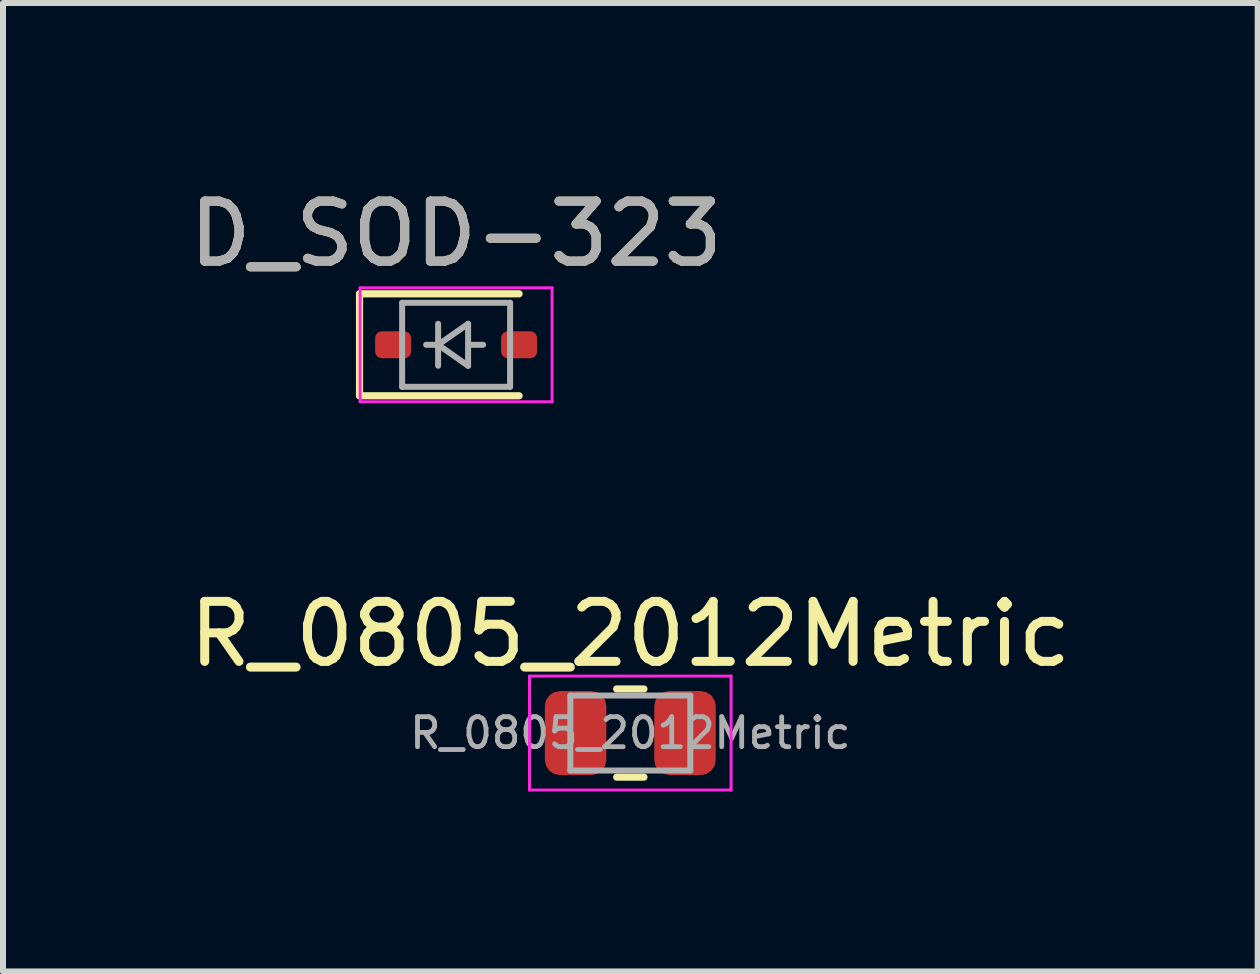
<source format=kicad_pcb>
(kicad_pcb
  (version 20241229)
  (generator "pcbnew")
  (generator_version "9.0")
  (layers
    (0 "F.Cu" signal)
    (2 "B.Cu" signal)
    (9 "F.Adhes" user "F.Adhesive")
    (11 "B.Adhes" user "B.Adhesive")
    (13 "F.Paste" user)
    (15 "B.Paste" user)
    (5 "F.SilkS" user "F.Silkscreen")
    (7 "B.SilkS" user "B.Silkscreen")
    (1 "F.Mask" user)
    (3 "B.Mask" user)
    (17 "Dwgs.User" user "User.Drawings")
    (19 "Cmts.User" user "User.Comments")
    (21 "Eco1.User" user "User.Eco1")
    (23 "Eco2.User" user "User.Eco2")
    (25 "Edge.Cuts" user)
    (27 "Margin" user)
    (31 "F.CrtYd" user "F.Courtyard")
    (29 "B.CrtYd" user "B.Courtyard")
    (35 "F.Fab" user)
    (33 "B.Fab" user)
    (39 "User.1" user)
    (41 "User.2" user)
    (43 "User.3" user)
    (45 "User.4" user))
  (footprint "D_SOD-323"
    (layer "F.Cu")
    (at 4.554 2.698)
    (property "Reference" "D_SOD-323" (at 0 -1.85 0) (layer "F.SilkS") (effects (font (size 1 1) (thickness 0.15))))
    (attr smd)
    (fp_line (start -1.61 -0.85) (end -1.61 0.85) (stroke (width 0.12) (type solid)) (layer "F.SilkS"))
    (fp_line (start -1.61 -0.85) (end 1.05 -0.85) (stroke (width 0.12) (type solid)) (layer "F.SilkS"))
    (fp_line (start -1.61 0.85) (end 1.05 0.85) (stroke (width 0.12) (type solid)) (layer "F.SilkS"))
    (fp_line (start -1.6 -0.95) (end -1.6 0.95) (stroke (width 0.05) (type solid)) (layer "F.CrtYd"))
    (fp_line (start -1.6 -0.95) (end 1.6 -0.95) (stroke (width 0.05) (type solid)) (layer "F.CrtYd"))
    (fp_line (start -1.6 0.95) (end 1.6 0.95) (stroke (width 0.05) (type solid)) (layer "F.CrtYd"))
    (fp_line (start 1.6 -0.95) (end 1.6 0.95) (stroke (width 0.05) (type solid)) (layer "F.CrtYd"))
    (fp_line (start -0.9 -0.7) (end 0.9 -0.7) (stroke (width 0.1) (type solid)) (layer "F.Fab"))
    (fp_line (start -0.9 0.7) (end -0.9 -0.7) (stroke (width 0.1) (type solid)) (layer "F.Fab"))
    (fp_line (start -0.3 -0.35) (end -0.3 0.35) (stroke (width 0.1) (type solid)) (layer "F.Fab"))
    (fp_line (start -0.3 0) (end -0.5 0) (stroke (width 0.1) (type solid)) (layer "F.Fab"))
    (fp_line (start -0.3 0) (end 0.2 -0.35) (stroke (width 0.1) (type solid)) (layer "F.Fab"))
    (fp_line (start 0.2 -0.35) (end 0.2 0.35) (stroke (width 0.1) (type solid)) (layer "F.Fab"))
    (fp_line (start 0.2 0) (end 0.45 0) (stroke (width 0.1) (type solid)) (layer "F.Fab"))
    (fp_line (start 0.2 0.35) (end -0.3 0) (stroke (width 0.1) (type solid)) (layer "F.Fab"))
    (fp_line (start 0.9 -0.7) (end 0.9 0.7) (stroke (width 0.1) (type solid)) (layer "F.Fab"))
    (fp_line (start 0.9 0.7) (end -0.9 0.7) (stroke (width 0.1) (type solid)) (layer "F.Fab"))
    (fp_text user "${REFERENCE}" (at 0 -1.85 0) (layer "F.Fab") (effects (font (size 1 1) (thickness 0.15))))
    (pad "1" smd roundrect (at -1.05 0) (size 0.6 0.45) (layers "F.Cu" "F.Mask" "F.Paste") (roundrect_rratio 0.25))
    (pad "2" smd roundrect (at 1.05 0) (size 0.6 0.45) (layers "F.Cu" "F.Mask" "F.Paste") (roundrect_rratio 0.25)))
  (footprint "R_0805_2012Metric"
    (layer "F.Cu")
    (at 7.458 9.171)
    (property "Reference" "R_0805_2012Metric" (at 0 -1.65 0) (layer "F.SilkS") (effects (font (size 1 1) (thickness 0.15))))
    (attr smd)
    (fp_line (start -0.227 -0.735) (end 0.227 -0.735) (stroke (width 0.12) (type solid)) (layer "F.SilkS"))
    (fp_line (start -0.227 0.735) (end 0.227 0.735) (stroke (width 0.12) (type solid)) (layer "F.SilkS"))
    (fp_line (start -1.68 -0.95) (end 1.68 -0.95) (stroke (width 0.05) (type solid)) (layer "F.CrtYd"))
    (fp_line (start -1.68 0.95) (end -1.68 -0.95) (stroke (width 0.05) (type solid)) (layer "F.CrtYd"))
    (fp_line (start 1.68 -0.95) (end 1.68 0.95) (stroke (width 0.05) (type solid)) (layer "F.CrtYd"))
    (fp_line (start 1.68 0.95) (end -1.68 0.95) (stroke (width 0.05) (type solid)) (layer "F.CrtYd"))
    (fp_line (start -1 -0.625) (end 1 -0.625) (stroke (width 0.1) (type solid)) (layer "F.Fab"))
    (fp_line (start -1 0.625) (end -1 -0.625) (stroke (width 0.1) (type solid)) (layer "F.Fab"))
    (fp_line (start 1 -0.625) (end 1 0.625) (stroke (width 0.1) (type solid)) (layer "F.Fab"))
    (fp_line (start 1 0.625) (end -1 0.625) (stroke (width 0.1) (type solid)) (layer "F.Fab"))
    (fp_text user "${REFERENCE}" (at 0 0 0) (layer "F.Fab") (effects (font (size 0.5 0.5) (thickness 0.08))))
    (pad "1" smd roundrect (at -0.912 0 180) (size 1.025 1.4) (layers "F.Cu" "F.Mask" "F.Paste") (roundrect_rratio 0.244))
    (pad "2" smd roundrect (at 0.912 0 180) (size 1.025 1.4) (layers "F.Cu" "F.Mask" "F.Paste") (roundrect_rratio 0.244)))
  (gr_rect
    (start -3 -3)
    (end 17.917 13.146)
    (stroke (width 0.1) (type default))
    (fill no)
    (layer "Edge.Cuts")))
</source>
